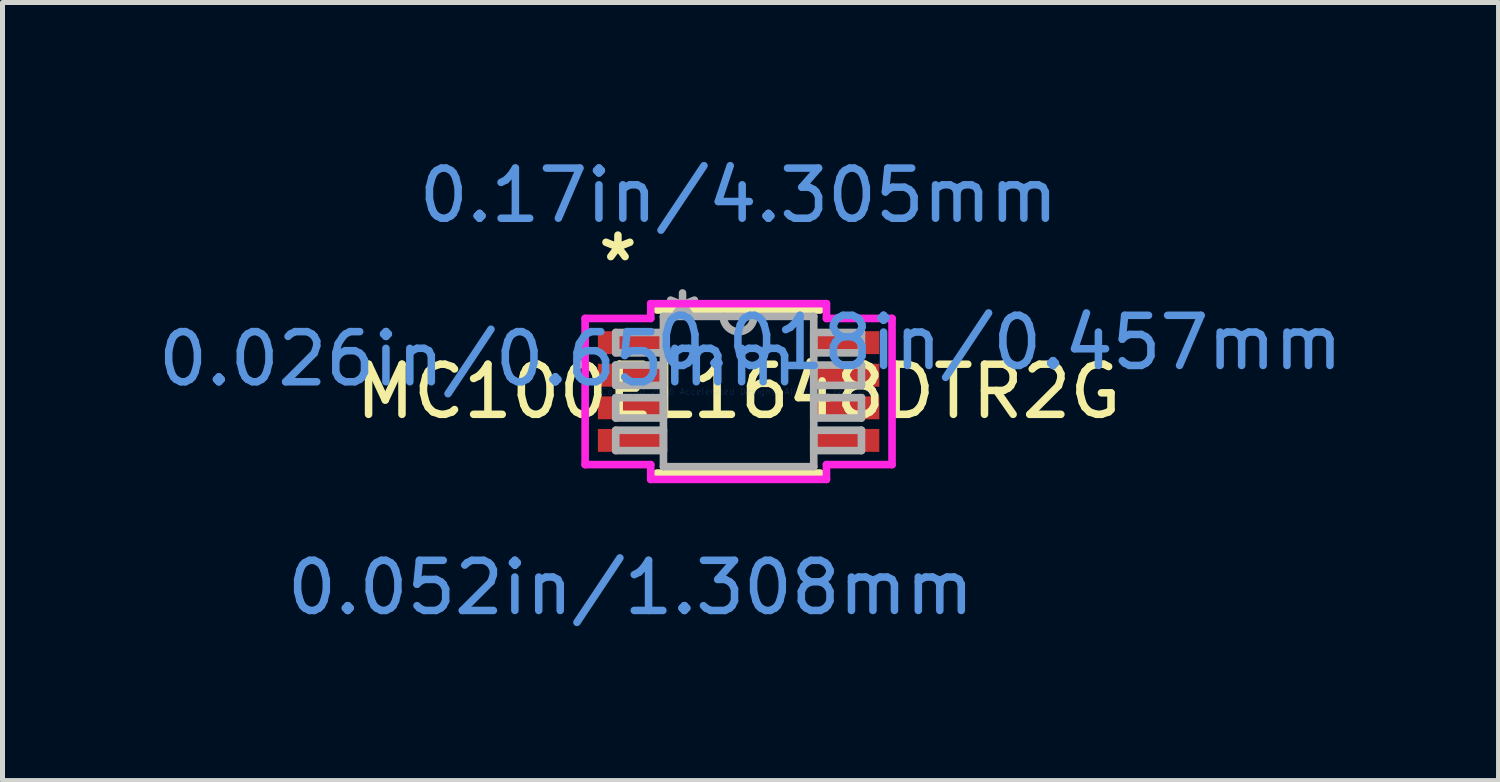
<source format=kicad_pcb>
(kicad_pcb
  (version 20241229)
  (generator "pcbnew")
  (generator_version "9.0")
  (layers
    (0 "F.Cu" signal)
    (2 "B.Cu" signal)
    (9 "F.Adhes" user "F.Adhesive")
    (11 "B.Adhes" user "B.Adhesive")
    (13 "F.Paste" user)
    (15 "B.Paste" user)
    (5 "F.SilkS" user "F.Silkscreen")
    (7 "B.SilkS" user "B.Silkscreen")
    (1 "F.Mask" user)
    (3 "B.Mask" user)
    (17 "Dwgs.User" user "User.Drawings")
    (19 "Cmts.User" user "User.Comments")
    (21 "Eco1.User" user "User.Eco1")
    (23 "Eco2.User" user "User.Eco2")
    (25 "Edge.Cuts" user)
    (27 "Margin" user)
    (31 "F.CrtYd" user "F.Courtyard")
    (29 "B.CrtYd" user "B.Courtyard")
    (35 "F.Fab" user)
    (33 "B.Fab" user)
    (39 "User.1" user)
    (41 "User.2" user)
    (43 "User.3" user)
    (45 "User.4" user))
  (footprint "MC100EL1648DTR2G"
    (layer "F.Cu")
    (at 11.683 4.76)
    (property "Reference" "MC100EL1648DTR2G" (at 0 0 0) (layer "F.SilkS") (effects (font (size 1 1) (thickness 0.15))))
    (attr through_hole)
    (fp_line (start -1.626 1.626) (end 1.626 1.626) (stroke (width 0.152) (type solid)) (layer "F.SilkS"))
    (fp_line (start 1.626 -1.626) (end -1.626 -1.626) (stroke (width 0.152) (type solid)) (layer "F.SilkS"))
    (fp_line (start -3.061 -1.458) (end -1.753 -1.458) (stroke (width 0.152) (type solid)) (layer "F.CrtYd"))
    (fp_line (start -3.061 1.458) (end -3.061 -1.458) (stroke (width 0.152) (type solid)) (layer "F.CrtYd"))
    (fp_line (start -3.061 1.458) (end -1.753 1.458) (stroke (width 0.152) (type solid)) (layer "F.CrtYd"))
    (fp_line (start -1.753 -1.753) (end 1.753 -1.753) (stroke (width 0.152) (type solid)) (layer "F.CrtYd"))
    (fp_line (start -1.753 -1.458) (end -1.753 -1.753) (stroke (width 0.152) (type solid)) (layer "F.CrtYd"))
    (fp_line (start -1.753 1.753) (end -1.753 1.458) (stroke (width 0.152) (type solid)) (layer "F.CrtYd"))
    (fp_line (start 1.753 -1.753) (end 1.753 -1.458) (stroke (width 0.152) (type solid)) (layer "F.CrtYd"))
    (fp_line (start 1.753 1.458) (end 1.753 1.753) (stroke (width 0.152) (type solid)) (layer "F.CrtYd"))
    (fp_line (start 1.753 1.753) (end -1.753 1.753) (stroke (width 0.152) (type solid)) (layer "F.CrtYd"))
    (fp_line (start 3.061 -1.458) (end 1.753 -1.458) (stroke (width 0.152) (type solid)) (layer "F.CrtYd"))
    (fp_line (start 3.061 -1.458) (end 3.061 1.458) (stroke (width 0.152) (type solid)) (layer "F.CrtYd"))
    (fp_line (start 3.061 1.458) (end 1.753 1.458) (stroke (width 0.152) (type solid)) (layer "F.CrtYd"))
    (fp_line (start -2.451 -1.178) (end -2.451 -0.772) (stroke (width 0.152) (type solid)) (layer "F.Fab"))
    (fp_line (start -2.451 -0.772) (end -1.499 -0.772) (stroke (width 0.152) (type solid)) (layer "F.Fab"))
    (fp_line (start -2.451 -0.528) (end -2.451 -0.122) (stroke (width 0.152) (type solid)) (layer "F.Fab"))
    (fp_line (start -2.451 -0.122) (end -1.499 -0.122) (stroke (width 0.152) (type solid)) (layer "F.Fab"))
    (fp_line (start -2.451 0.122) (end -2.451 0.528) (stroke (width 0.152) (type solid)) (layer "F.Fab"))
    (fp_line (start -2.451 0.528) (end -1.499 0.528) (stroke (width 0.152) (type solid)) (layer "F.Fab"))
    (fp_line (start -2.451 0.772) (end -2.451 1.178) (stroke (width 0.152) (type solid)) (layer "F.Fab"))
    (fp_line (start -2.451 1.178) (end -1.499 1.178) (stroke (width 0.152) (type solid)) (layer "F.Fab"))
    (fp_line (start -1.499 -1.499) (end -1.499 1.499) (stroke (width 0.152) (type solid)) (layer "F.Fab"))
    (fp_line (start -1.499 -1.178) (end -2.451 -1.178) (stroke (width 0.152) (type solid)) (layer "F.Fab"))
    (fp_line (start -1.499 -0.772) (end -1.499 -1.178) (stroke (width 0.152) (type solid)) (layer "F.Fab"))
    (fp_line (start -1.499 -0.528) (end -2.451 -0.528) (stroke (width 0.152) (type solid)) (layer "F.Fab"))
    (fp_line (start -1.499 -0.122) (end -1.499 -0.528) (stroke (width 0.152) (type solid)) (layer "F.Fab"))
    (fp_line (start -1.499 0.122) (end -2.451 0.122) (stroke (width 0.152) (type solid)) (layer "F.Fab"))
    (fp_line (start -1.499 0.528) (end -1.499 0.122) (stroke (width 0.152) (type solid)) (layer "F.Fab"))
    (fp_line (start -1.499 0.772) (end -2.451 0.772) (stroke (width 0.152) (type solid)) (layer "F.Fab"))
    (fp_line (start -1.499 1.178) (end -1.499 0.772) (stroke (width 0.152) (type solid)) (layer "F.Fab"))
    (fp_line (start -1.499 1.499) (end 1.499 1.499) (stroke (width 0.152) (type solid)) (layer "F.Fab"))
    (fp_line (start 1.499 -1.499) (end -1.499 -1.499) (stroke (width 0.152) (type solid)) (layer "F.Fab"))
    (fp_line (start 1.499 -1.178) (end 1.499 -0.772) (stroke (width 0.152) (type solid)) (layer "F.Fab"))
    (fp_line (start 1.499 -0.772) (end 2.451 -0.772) (stroke (width 0.152) (type solid)) (layer "F.Fab"))
    (fp_line (start 1.499 -0.528) (end 1.499 -0.122) (stroke (width 0.152) (type solid)) (layer "F.Fab"))
    (fp_line (start 1.499 -0.122) (end 2.451 -0.122) (stroke (width 0.152) (type solid)) (layer "F.Fab"))
    (fp_line (start 1.499 0.122) (end 1.499 0.528) (stroke (width 0.152) (type solid)) (layer "F.Fab"))
    (fp_line (start 1.499 0.528) (end 2.451 0.528) (stroke (width 0.152) (type solid)) (layer "F.Fab"))
    (fp_line (start 1.499 0.772) (end 1.499 1.178) (stroke (width 0.152) (type solid)) (layer "F.Fab"))
    (fp_line (start 1.499 1.178) (end 2.451 1.178) (stroke (width 0.152) (type solid)) (layer "F.Fab"))
    (fp_line (start 1.499 1.499) (end 1.499 -1.499) (stroke (width 0.152) (type solid)) (layer "F.Fab"))
    (fp_line (start 2.451 -1.178) (end 1.499 -1.178) (stroke (width 0.152) (type solid)) (layer "F.Fab"))
    (fp_line (start 2.451 -0.772) (end 2.451 -1.178) (stroke (width 0.152) (type solid)) (layer "F.Fab"))
    (fp_line (start 2.451 -0.528) (end 1.499 -0.528) (stroke (width 0.152) (type solid)) (layer "F.Fab"))
    (fp_line (start 2.451 -0.122) (end 2.451 -0.528) (stroke (width 0.152) (type solid)) (layer "F.Fab"))
    (fp_line (start 2.451 0.122) (end 1.499 0.122) (stroke (width 0.152) (type solid)) (layer "F.Fab"))
    (fp_line (start 2.451 0.528) (end 2.451 0.122) (stroke (width 0.152) (type solid)) (layer "F.Fab"))
    (fp_line (start 2.451 0.772) (end 1.499 0.772) (stroke (width 0.152) (type solid)) (layer "F.Fab"))
    (fp_line (start 2.451 1.178) (end 2.451 0.772) (stroke (width 0.152) (type solid)) (layer "F.Fab"))
    (fp_arc (start 0.3048 -1.4986) (mid 0 -1.1938) (end -0.3048 -1.4986) (stroke (width 0.1524) (type solid)) (layer "F.Fab"))
    (fp_text user "*" (at -2.407 -2.575 0) (layer "F.SilkS") (effects (font (size 1 1) (thickness 0.15))))
    (fp_text user "0.018in/0.457mm" (at 5.201 -0.975 0) (layer "Cmts.User") (effects (font (size 1 1) (thickness 0.15))))
    (fp_text user "0.026in/0.65mm" (at -5.201 -0.65 0) (layer "Cmts.User") (effects (font (size 1 1) (thickness 0.15))))
    (fp_text user "Copyright 2016 Accelerated Designs. All rights reserved." (at 0 0 0) (layer "Cmts.User") (effects (font (size 0.127 0.127) (thickness 0.002))))
    (fp_text user "0.052in/1.308mm" (at -2.153 3.912 0) (layer "Cmts.User") (effects (font (size 1 1) (thickness 0.15))))
    (fp_text user "0.17in/4.305mm" (at 0 -3.912 0) (layer "Cmts.User") (effects (font (size 1 1) (thickness 0.15))))
    (fp_text user "*" (at -1.118 -1.422 0) (layer "F.Fab") (effects (font (size 1 1) (thickness 0.15))))
    (pad "1" smd rect (at -2.153 -0.975) (size 1.308 0.457) (layers "F.Cu" "F.Mask" "F.Paste"))
    (pad "2" smd rect (at -2.153 -0.325) (size 1.308 0.457) (layers "F.Cu" "F.Mask" "F.Paste"))
    (pad "3" smd rect (at -2.153 0.325) (size 1.308 0.457) (layers "F.Cu" "F.Mask" "F.Paste"))
    (pad "4" smd rect (at -2.153 0.975) (size 1.308 0.457) (layers "F.Cu" "F.Mask" "F.Paste"))
    (pad "5" smd rect (at 2.153 0.975) (size 1.308 0.457) (layers "F.Cu" "F.Mask" "F.Paste"))
    (pad "6" smd rect (at 2.153 0.325) (size 1.308 0.457) (layers "F.Cu" "F.Mask" "F.Paste"))
    (pad "7" smd rect (at 2.153 -0.325) (size 1.308 0.457) (layers "F.Cu" "F.Mask" "F.Paste"))
    (pad "8" smd rect (at 2.153 -0.975) (size 1.308 0.457) (layers "F.Cu" "F.Mask" "F.Paste")))
  (gr_rect
    (start -3 -3)
    (end 26.842 12.52)
    (stroke (width 0.1) (type default))
    (fill no)
    (layer "Edge.Cuts")))
</source>
